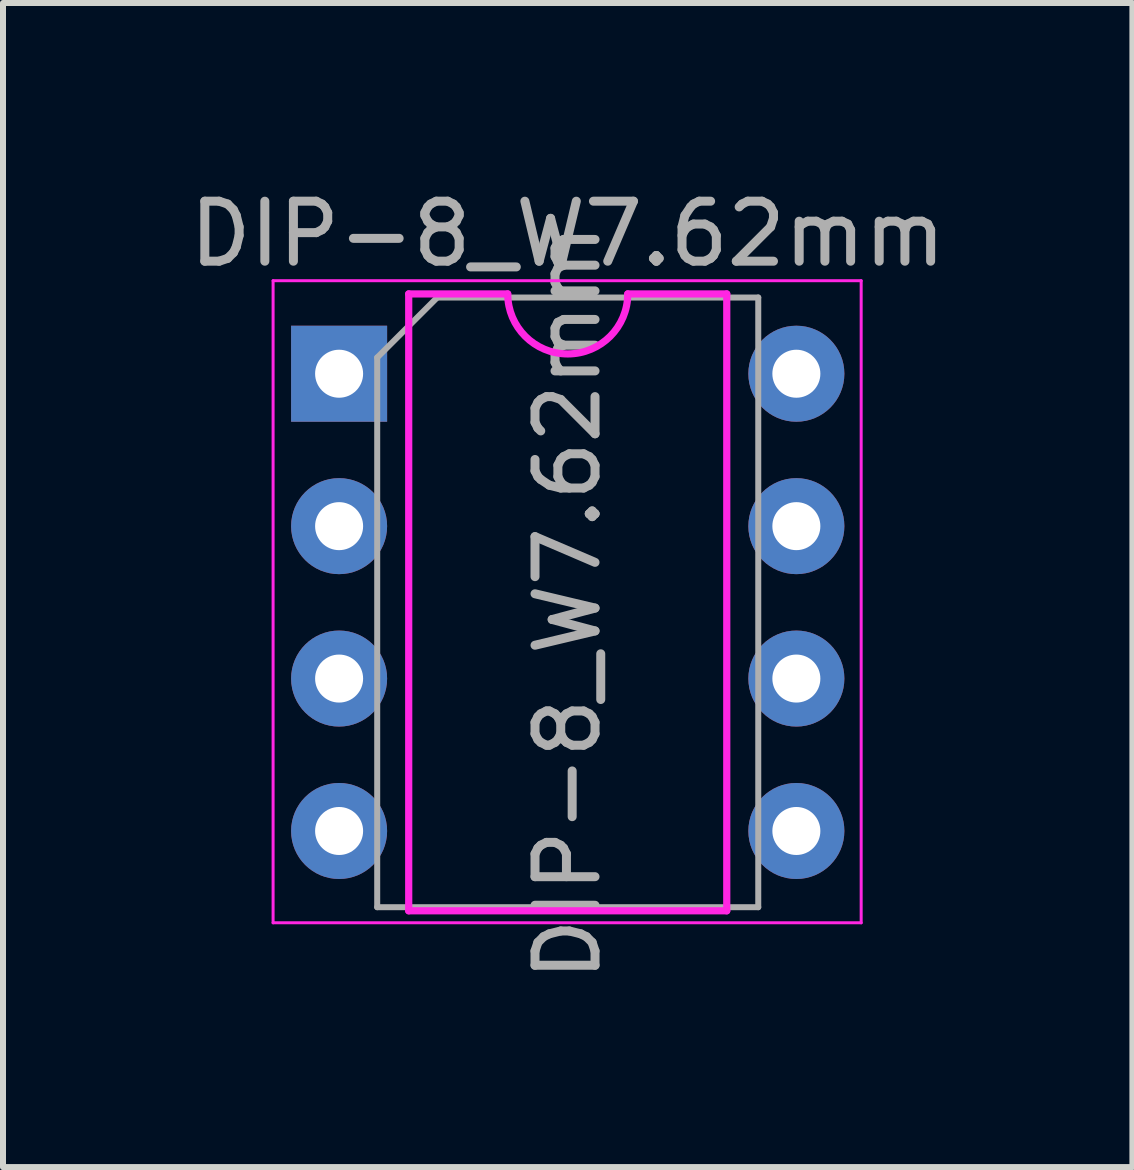
<source format=kicad_pcb>
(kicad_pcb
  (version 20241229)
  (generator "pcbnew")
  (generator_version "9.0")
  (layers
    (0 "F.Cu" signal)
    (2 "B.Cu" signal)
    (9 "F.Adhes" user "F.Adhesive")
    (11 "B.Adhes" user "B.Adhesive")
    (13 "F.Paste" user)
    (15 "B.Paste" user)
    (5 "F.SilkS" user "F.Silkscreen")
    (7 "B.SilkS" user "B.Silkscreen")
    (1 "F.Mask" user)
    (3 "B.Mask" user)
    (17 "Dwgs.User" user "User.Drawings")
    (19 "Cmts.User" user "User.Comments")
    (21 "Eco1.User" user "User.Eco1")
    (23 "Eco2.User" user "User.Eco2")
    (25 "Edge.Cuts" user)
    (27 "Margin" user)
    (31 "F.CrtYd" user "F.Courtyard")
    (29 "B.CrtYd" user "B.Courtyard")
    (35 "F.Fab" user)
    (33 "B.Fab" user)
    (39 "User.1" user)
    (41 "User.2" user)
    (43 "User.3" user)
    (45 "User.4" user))
  (footprint "DIP-8_W7.62mm"
    (layer "F.Cu")
    (at 2.601 3.178)
    (property "Reference" "DIP-8_W7.62mm" (at 3.81 -2.33 0) (layer "F.Fab") (effects (font (size 1 1) (thickness 0.15))))
    (attr through_hole)
    (fp_line (start -1.1 -1.55) (end -1.1 9.15) (stroke (width 0.05) (type solid)) (layer "F.CrtYd"))
    (fp_line (start -1.1 9.15) (end 8.7 9.15) (stroke (width 0.05) (type solid)) (layer "F.CrtYd"))
    (fp_line (start 1.16 -1.33) (end 1.16 8.95) (stroke (width 0.12) (type solid)) (layer "F.CrtYd"))
    (fp_line (start 1.16 8.95) (end 6.46 8.95) (stroke (width 0.12) (type solid)) (layer "F.CrtYd"))
    (fp_line (start 2.81 -1.33) (end 1.16 -1.33) (stroke (width 0.12) (type solid)) (layer "F.CrtYd"))
    (fp_line (start 6.46 -1.33) (end 4.81 -1.33) (stroke (width 0.12) (type solid)) (layer "F.CrtYd"))
    (fp_line (start 6.46 8.95) (end 6.46 -1.33) (stroke (width 0.12) (type solid)) (layer "F.CrtYd"))
    (fp_line (start 8.7 -1.55) (end -1.1 -1.55) (stroke (width 0.05) (type solid)) (layer "F.CrtYd"))
    (fp_line (start 8.7 9.15) (end 8.7 -1.55) (stroke (width 0.05) (type solid)) (layer "F.CrtYd"))
    (fp_arc (start 4.81 -1.33) (mid 3.81 -0.33) (end 2.81 -1.33) (stroke (width 0.12) (type solid)) (layer "F.CrtYd"))
    (fp_line (start 0.635 -0.27) (end 1.635 -1.27) (stroke (width 0.1) (type solid)) (layer "F.Fab"))
    (fp_line (start 0.635 8.89) (end 0.635 -0.27) (stroke (width 0.1) (type solid)) (layer "F.Fab"))
    (fp_line (start 1.635 -1.27) (end 6.985 -1.27) (stroke (width 0.1) (type solid)) (layer "F.Fab"))
    (fp_line (start 6.985 -1.27) (end 6.985 8.89) (stroke (width 0.1) (type solid)) (layer "F.Fab"))
    (fp_line (start 6.985 8.89) (end 0.635 8.89) (stroke (width 0.1) (type solid)) (layer "F.Fab"))
    (fp_text user "${REFERENCE}" (at 3.81 3.81 90) (layer "F.Fab") (effects (font (size 1 1) (thickness 0.15))))
    (pad "1" thru_hole rect (at 0 0) (size 1.6 1.6) (drill 0.8) (layers "*.Cu" "*.Mask"))
    (pad "2" thru_hole oval (at 0 2.54) (size 1.6 1.6) (drill 0.8) (layers "*.Cu" "*.Mask"))
    (pad "3" thru_hole oval (at 0 5.08) (size 1.6 1.6) (drill 0.8) (layers "*.Cu" "*.Mask"))
    (pad "4" thru_hole oval (at 0 7.62) (size 1.6 1.6) (drill 0.8) (layers "*.Cu" "*.Mask"))
    (pad "5" thru_hole oval (at 7.62 7.62) (size 1.6 1.6) (drill 0.8) (layers "*.Cu" "*.Mask"))
    (pad "6" thru_hole oval (at 7.62 5.08) (size 1.6 1.6) (drill 0.8) (layers "*.Cu" "*.Mask"))
    (pad "7" thru_hole oval (at 7.62 2.54) (size 1.6 1.6) (drill 0.8) (layers "*.Cu" "*.Mask"))
    (pad "8" thru_hole oval (at 7.62 0) (size 1.6 1.6) (drill 0.8) (layers "*.Cu" "*.Mask")))
  (gr_rect
    (start -3 -3)
    (end 15.821 16.399)
    (stroke (width 0.1) (type default))
    (fill no)
    (layer "Edge.Cuts")))
</source>
